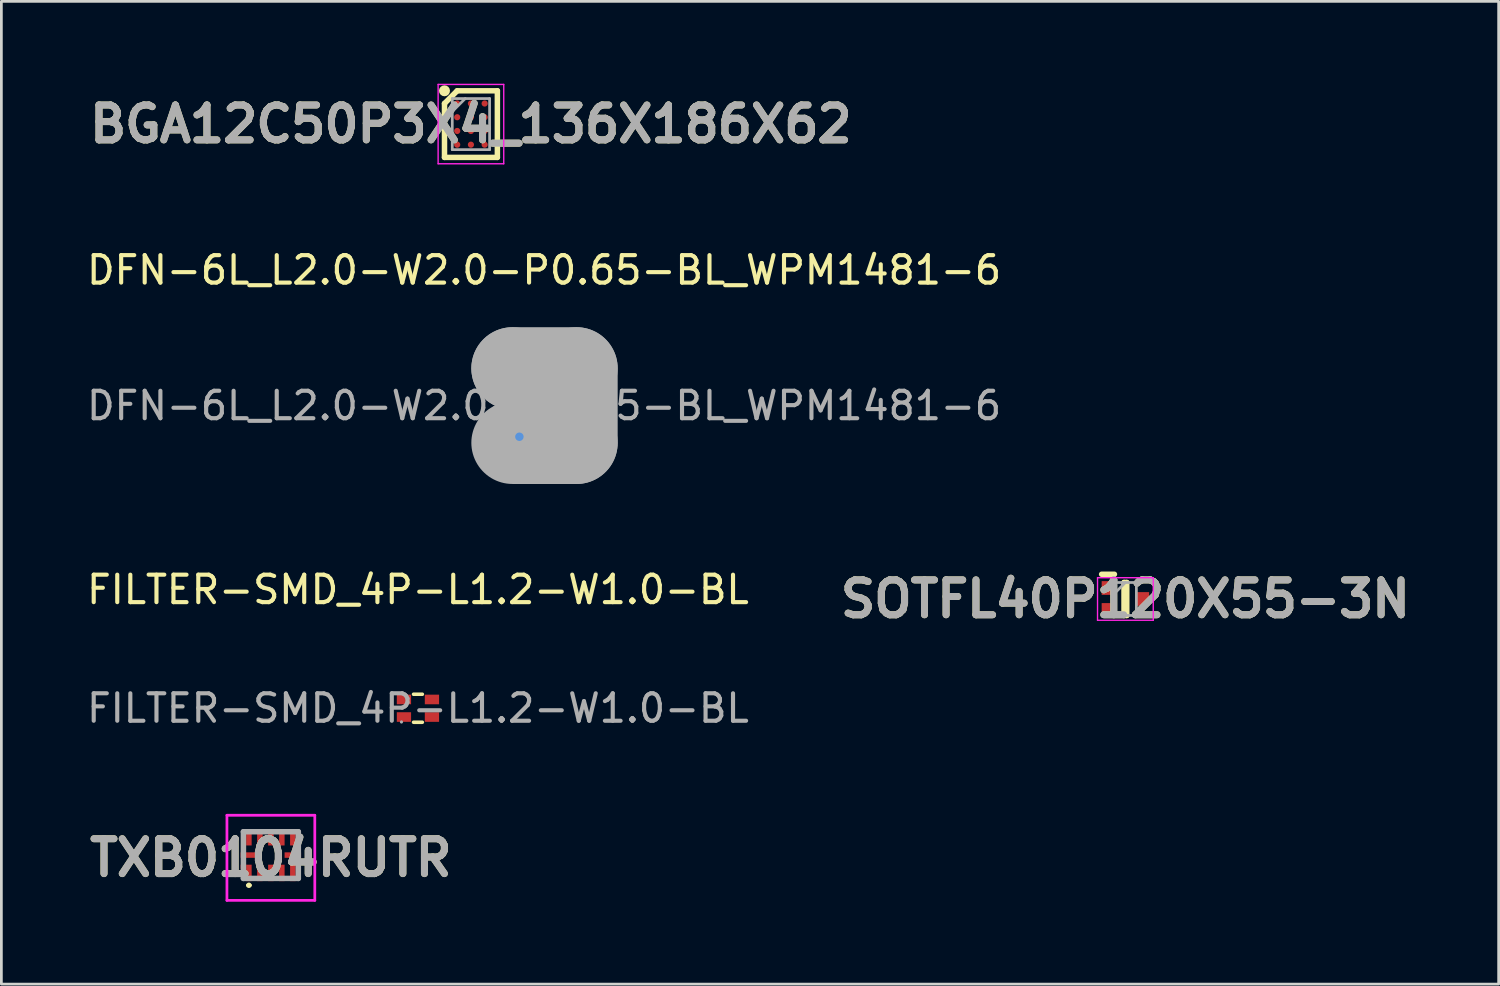
<source format=kicad_pcb>
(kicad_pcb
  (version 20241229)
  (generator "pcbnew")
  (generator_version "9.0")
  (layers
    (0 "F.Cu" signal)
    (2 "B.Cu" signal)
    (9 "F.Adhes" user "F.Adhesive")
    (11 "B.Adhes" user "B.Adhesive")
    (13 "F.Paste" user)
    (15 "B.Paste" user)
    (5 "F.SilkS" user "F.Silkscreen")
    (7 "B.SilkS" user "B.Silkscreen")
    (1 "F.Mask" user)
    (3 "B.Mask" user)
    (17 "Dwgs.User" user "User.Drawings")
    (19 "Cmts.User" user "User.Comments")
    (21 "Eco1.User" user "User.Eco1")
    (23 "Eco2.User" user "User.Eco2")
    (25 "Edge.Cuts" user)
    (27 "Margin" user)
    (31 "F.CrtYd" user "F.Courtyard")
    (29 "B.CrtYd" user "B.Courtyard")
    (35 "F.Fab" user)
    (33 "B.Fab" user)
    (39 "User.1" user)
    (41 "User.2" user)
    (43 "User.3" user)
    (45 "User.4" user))
  (footprint "SOTFL40P120X55-3N"
    (layer "F.Cu")
    (at 37.941 18.767)
    (property "Reference" "SOTFL40P120X55-3N" (at 0 0 0) (layer "F.SilkS") (effects (font (size 1.27 1.27) (thickness 0.254))))
    (attr smd)
    (fp_line (start -0.865 -0.9) (end -0.4 -0.9) (stroke (width 0.2) (type solid)) (layer "F.SilkS"))
    (fp_line (start -0.05 -0.6) (end 0.05 -0.6) (stroke (width 0.2) (type solid)) (layer "F.SilkS"))
    (fp_line (start -0.05 0.6) (end -0.05 -0.6) (stroke (width 0.2) (type solid)) (layer "F.SilkS"))
    (fp_line (start 0.05 -0.6) (end 0.05 0.6) (stroke (width 0.2) (type solid)) (layer "F.SilkS"))
    (fp_line (start 0.05 0.6) (end -0.05 0.6) (stroke (width 0.2) (type solid)) (layer "F.SilkS"))
    (fp_line (start -1.015 -0.775) (end 1.015 -0.775) (stroke (width 0.05) (type solid)) (layer "F.CrtYd"))
    (fp_line (start -1.015 0.775) (end -1.015 -0.775) (stroke (width 0.05) (type solid)) (layer "F.CrtYd"))
    (fp_line (start 1.015 -0.775) (end 1.015 0.775) (stroke (width 0.05) (type solid)) (layer "F.CrtYd"))
    (fp_line (start 1.015 0.775) (end -1.015 0.775) (stroke (width 0.05) (type solid)) (layer "F.CrtYd"))
    (fp_line (start -0.4 -0.6) (end 0.4 -0.6) (stroke (width 0.1) (type solid)) (layer "F.Fab"))
    (fp_line (start -0.4 -0.2) (end 0 -0.6) (stroke (width 0.1) (type solid)) (layer "F.Fab"))
    (fp_line (start -0.4 0.6) (end -0.4 -0.6) (stroke (width 0.1) (type solid)) (layer "F.Fab"))
    (fp_line (start 0.4 -0.6) (end 0.4 0.6) (stroke (width 0.1) (type solid)) (layer "F.Fab"))
    (fp_line (start 0.4 0.6) (end -0.4 0.6) (stroke (width 0.1) (type solid)) (layer "F.Fab"))
    (fp_text user "${REFERENCE}" (at 0 0 0) (layer "F.Fab") (effects (font (size 1.27 1.27) (thickness 0.254))))
    (pad "1" smd rect (at -0.632 -0.4) (size 0.465 0.5) (layers "F.Cu" "F.Mask" "F.Paste"))
    (pad "2" smd rect (at -0.632 0.4) (size 0.465 0.5) (layers "F.Cu" "F.Mask" "F.Paste"))
    (pad "3" smd rect (at 0.632 0) (size 0.465 0.5) (layers "F.Cu" "F.Mask" "F.Paste")))
  (footprint "BGA12C50P3X4_136X186X62"
    (layer "F.Cu")
    (at 14.103 1.47)
    (property "Reference" "BGA12C50P3X4_136X186X62" (at 0 0 0) (layer "F.SilkS") (effects (font (size 1.27 1.27) (thickness 0.254))))
    (attr smd)
    (fp_line (start -0.963 -0.75) (end -0.5 -1.213) (stroke (width 0.2) (type solid)) (layer "F.SilkS"))
    (fp_line (start -0.963 1.213) (end -0.963 -0.75) (stroke (width 0.2) (type solid)) (layer "F.SilkS"))
    (fp_line (start -0.5 -1.213) (end 0.963 -1.213) (stroke (width 0.2) (type solid)) (layer "F.SilkS"))
    (fp_line (start 0.963 -1.213) (end 0.963 1.213) (stroke (width 0.2) (type solid)) (layer "F.SilkS"))
    (fp_line (start 0.963 1.213) (end -0.963 1.213) (stroke (width 0.2) (type solid)) (layer "F.SilkS"))
    (fp_circle (center -0.963 -1.213) (end -0.963 -1.113) (stroke (width 0.2) (type solid)) (fill no) (layer "F.SilkS"))
    (fp_line (start -1.195 -1.445) (end 1.195 -1.445) (stroke (width 0.05) (type solid)) (layer "F.CrtYd"))
    (fp_line (start -1.195 1.445) (end -1.195 -1.445) (stroke (width 0.05) (type solid)) (layer "F.CrtYd"))
    (fp_line (start 1.195 -1.445) (end 1.195 1.445) (stroke (width 0.05) (type solid)) (layer "F.CrtYd"))
    (fp_line (start 1.195 1.445) (end -1.195 1.445) (stroke (width 0.05) (type solid)) (layer "F.CrtYd"))
    (fp_line (start -0.68 -0.93) (end 0.68 -0.93) (stroke (width 0.1) (type solid)) (layer "F.Fab"))
    (fp_line (start -0.68 -0.458) (end -0.208 -0.93) (stroke (width 0.1) (type solid)) (layer "F.Fab"))
    (fp_line (start -0.68 0.93) (end -0.68 -0.93) (stroke (width 0.1) (type solid)) (layer "F.Fab"))
    (fp_line (start 0.68 -0.93) (end 0.68 0.93) (stroke (width 0.1) (type solid)) (layer "F.Fab"))
    (fp_line (start 0.68 0.93) (end -0.68 0.93) (stroke (width 0.1) (type solid)) (layer "F.Fab"))
    (fp_text user "${REFERENCE}" (at 0 0 0) (layer "F.Fab") (effects (font (size 1.27 1.27) (thickness 0.254))))
    (pad "A1" smd circle (at -0.5 -0.75 90) (size 0.226 0.226) (layers "F.Cu" "F.Mask" "F.Paste"))
    (pad "A2" smd circle (at 0 -0.75 90) (size 0.226 0.226) (layers "F.Cu" "F.Mask" "F.Paste"))
    (pad "A3" smd circle (at 0.5 -0.75 90) (size 0.226 0.226) (layers "F.Cu" "F.Mask" "F.Paste"))
    (pad "B1" smd circle (at -0.5 -0.25 90) (size 0.226 0.226) (layers "F.Cu" "F.Mask" "F.Paste"))
    (pad "B2" smd circle (at 0 -0.25 90) (size 0.226 0.226) (layers "F.Cu" "F.Mask" "F.Paste"))
    (pad "B3" smd circle (at 0.5 -0.25 90) (size 0.226 0.226) (layers "F.Cu" "F.Mask" "F.Paste"))
    (pad "C1" smd circle (at -0.5 0.25 90) (size 0.226 0.226) (layers "F.Cu" "F.Mask" "F.Paste"))
    (pad "C2" smd circle (at 0 0.25 90) (size 0.226 0.226) (layers "F.Cu" "F.Mask" "F.Paste"))
    (pad "C3" smd circle (at 0.5 0.25 90) (size 0.226 0.226) (layers "F.Cu" "F.Mask" "F.Paste"))
    (pad "D1" smd circle (at -0.5 0.75 90) (size 0.226 0.226) (layers "F.Cu" "F.Mask" "F.Paste"))
    (pad "D2" smd circle (at 0 0.75 90) (size 0.226 0.226) (layers "F.Cu" "F.Mask" "F.Paste"))
    (pad "D3" smd circle (at 0.5 0.75 90) (size 0.226 0.226) (layers "F.Cu" "F.Mask" "F.Paste")))
  (footprint "DFN-6L_L2.0-W2.0-P0.65-BL_WPM1481-6"
    (layer "F.Cu")
    (at 16.768 11.728)
    (property "Reference" "DFN-6L_L2.0-W2.0-P0.65-BL_WPM1481-6" (at 0 -4.94 0) (layer "F.SilkS") (effects (font (size 1 1) (thickness 0.15))))
    (attr smd)
    (fp_arc (start -0.73 1.55) (mid -0.73 1.55) (end -0.73 1.55) (stroke (width 0.25) (type solid)) (layer "F.SilkS"))
    (fp_circle (center -0.9 1.13) (end -0.82 1.13) (stroke (width 0.15) (type solid)) (fill no) (layer "Cmts.User"))
    (fp_line (start -1.15 -1.36) (end -1.15 -1.36) (stroke (width 3) (type solid)) (layer "F.Fab"))
    (fp_line (start -1.15 -1.36) (end 1.18 -1.36) (stroke (width 3) (type solid)) (layer "F.Fab"))
    (fp_line (start 1.18 -1.36) (end 1.18 1.35) (stroke (width 3) (type solid)) (layer "F.Fab"))
    (fp_line (start 1.18 1.35) (end -1.15 1.35) (stroke (width 3) (type solid)) (layer "F.Fab"))
    (fp_circle (center -1 1) (end -0.97 1) (stroke (width 0.06) (type solid)) (fill no) (layer "F.Fab"))
    (fp_text user "${REFERENCE}" (at 0 0 0) (layer "F.Fab") (effects (font (size 1 1) (thickness 0.15))))
    (pad "1" smd rect (at -0.66 0.94 90) (size 0.5 0.37) (layers "F.Cu" "F.Mask" "F.Paste"))
    (pad "2" smd rect (at -0.01 0.94 90) (size 0.5 0.37) (layers "F.Cu" "F.Mask" "F.Paste"))
    (pad "3" smd rect (at 0.64 0.94 90) (size 0.5 0.37) (layers "F.Cu" "F.Mask" "F.Paste"))
    (pad "4" smd rect (at 0.64 -0.94 90) (size 0.5 0.37) (layers "F.Cu" "F.Mask" "F.Paste"))
    (pad "5" smd rect (at -0.01 -0.94 90) (size 0.5 0.37) (layers "F.Cu" "F.Mask" "F.Paste"))
    (pad "6" smd rect (at -0.66 -0.94 90) (size 0.5 0.37) (layers "F.Cu" "F.Mask" "F.Paste"))
    (pad "7" smd rect (at 0.66 0) (size 0.37 0.67) (layers "F.Cu" "F.Mask" "F.Paste"))
    (pad "8" smd rect (at -0.28 0 90) (size 0.8 0.9) (layers "F.Cu" "F.Mask" "F.Paste")))
  (footprint "FILTER-SMD_4P-L1.2-W1.0-BL"
    (layer "F.Cu")
    (at 12.173 22.747)
    (property "Reference" "FILTER-SMD_4P-L1.2-W1.0-BL" (at 0 -4.32 0) (layer "F.SilkS") (effects (font (size 1 1) (thickness 0.15))))
    (attr smd)
    (fp_line (start -0.16 -0.51) (end 0.16 -0.51) (stroke (width 0.13) (type solid)) (layer "F.SilkS"))
    (fp_line (start -0.16 0.51) (end 0.16 0.51) (stroke (width 0.13) (type solid)) (layer "F.SilkS"))
    (fp_circle (center -0.6 0.5) (end -0.57 0.5) (stroke (width 0.06) (type solid)) (fill no) (layer "F.Fab"))
    (fp_text user "${REFERENCE}" (at 0 0 0) (layer "F.Fab") (effects (font (size 1 1) (thickness 0.15))))
    (pad "1" smd rect (at -0.51 0.32 90) (size 0.35 0.52) (layers "F.Cu" "F.Mask" "F.Paste"))
    (pad "2" smd rect (at 0.51 0.32 90) (size 0.35 0.52) (layers "F.Cu" "F.Mask" "F.Paste"))
    (pad "3" smd rect (at 0.51 -0.32 90) (size 0.35 0.52) (layers "F.Cu" "F.Mask" "F.Paste"))
    (pad "4" smd rect (at -0.51 -0.32 90) (size 0.35 0.52) (layers "F.Cu" "F.Mask" "F.Paste")))
  (footprint "TXB0104RUTR"
    (layer "F.Cu")
    (at 6.816 28.095)
    (property "Reference" "TXB0104RUTR" (at 0 0.1 0) (layer "F.SilkS") (effects (font (size 1.27 1.27) (thickness 0.254))))
    (attr smd)
    (fp_line (start -0.85 1.1) (end -0.85 1.1) (stroke (width 0.1) (type solid)) (layer "F.SilkS"))
    (fp_line (start -0.75 1.1) (end -0.75 1.1) (stroke (width 0.1) (type solid)) (layer "F.SilkS"))
    (fp_arc (start -0.85 1.1) (mid -0.8 1.05) (end -0.75 1.1) (stroke (width 0.1) (type solid)) (layer "F.SilkS"))
    (fp_arc (start -0.75 1.1) (mid -0.8 1.15) (end -0.85 1.1) (stroke (width 0.1) (type solid)) (layer "F.SilkS"))
    (fp_line (start -1.6 -1.45) (end 1.6 -1.45) (stroke (width 0.1) (type solid)) (layer "F.CrtYd"))
    (fp_line (start -1.6 1.65) (end -1.6 -1.45) (stroke (width 0.1) (type solid)) (layer "F.CrtYd"))
    (fp_line (start 1.6 -1.45) (end 1.6 1.65) (stroke (width 0.1) (type solid)) (layer "F.CrtYd"))
    (fp_line (start 1.6 1.65) (end -1.6 1.65) (stroke (width 0.1) (type solid)) (layer "F.CrtYd"))
    (fp_line (start -1 -0.85) (end 1 -0.85) (stroke (width 0.2) (type solid)) (layer "F.Fab"))
    (fp_line (start -1 0.85) (end -1 -0.85) (stroke (width 0.2) (type solid)) (layer "F.Fab"))
    (fp_line (start 1 -0.85) (end 1 0.85) (stroke (width 0.2) (type solid)) (layer "F.Fab"))
    (fp_line (start 1 0.85) (end -1 0.85) (stroke (width 0.2) (type solid)) (layer "F.Fab"))
    (fp_text user "${REFERENCE}" (at 0 0.1 0) (layer "F.Fab") (effects (font (size 1.27 1.27) (thickness 0.254))))
    (pad "1" smd rect (at -0.8 0.65) (size 0.2 0.6) (layers "F.Cu" "F.Mask" "F.Paste"))
    (pad "2" smd rect (at -0.4 0.65) (size 0.2 0.6) (layers "F.Cu" "F.Mask" "F.Paste"))
    (pad "3" smd rect (at 0 0.65) (size 0.2 0.6) (layers "F.Cu" "F.Mask" "F.Paste"))
    (pad "4" smd rect (at 0.4 0.65) (size 0.2 0.6) (layers "F.Cu" "F.Mask" "F.Paste"))
    (pad "5" smd rect (at 0.8 0.65) (size 0.2 0.6) (layers "F.Cu" "F.Mask" "F.Paste"))
    (pad "6" smd rect (at 0.8 0 90) (size 0.2 0.6) (layers "F.Cu" "F.Mask" "F.Paste"))
    (pad "7" smd rect (at 0.8 -0.65) (size 0.2 0.6) (layers "F.Cu" "F.Mask" "F.Paste"))
    (pad "8" smd rect (at 0.4 -0.65) (size 0.2 0.6) (layers "F.Cu" "F.Mask" "F.Paste"))
    (pad "9" smd rect (at 0 -0.65) (size 0.2 0.6) (layers "F.Cu" "F.Mask" "F.Paste"))
    (pad "10" smd rect (at -0.4 -0.65) (size 0.2 0.6) (layers "F.Cu" "F.Mask" "F.Paste"))
    (pad "11" smd rect (at -0.8 -0.65) (size 0.2 0.6) (layers "F.Cu" "F.Mask" "F.Paste"))
    (pad "12" smd rect (at -0.8 0 90) (size 0.2 0.6) (layers "F.Cu" "F.Mask" "F.Paste"))
    (pad "13" smd rect (at -1 0.425 90) (size 0.15 0.2) (layers "F.Cu" "F.Mask" "F.Paste")))
  (gr_rect
    (start -3 -3)
    (end 51.536 32.795)
    (stroke (width 0.1) (type default))
    (fill no)
    (layer "Edge.Cuts")))
</source>
